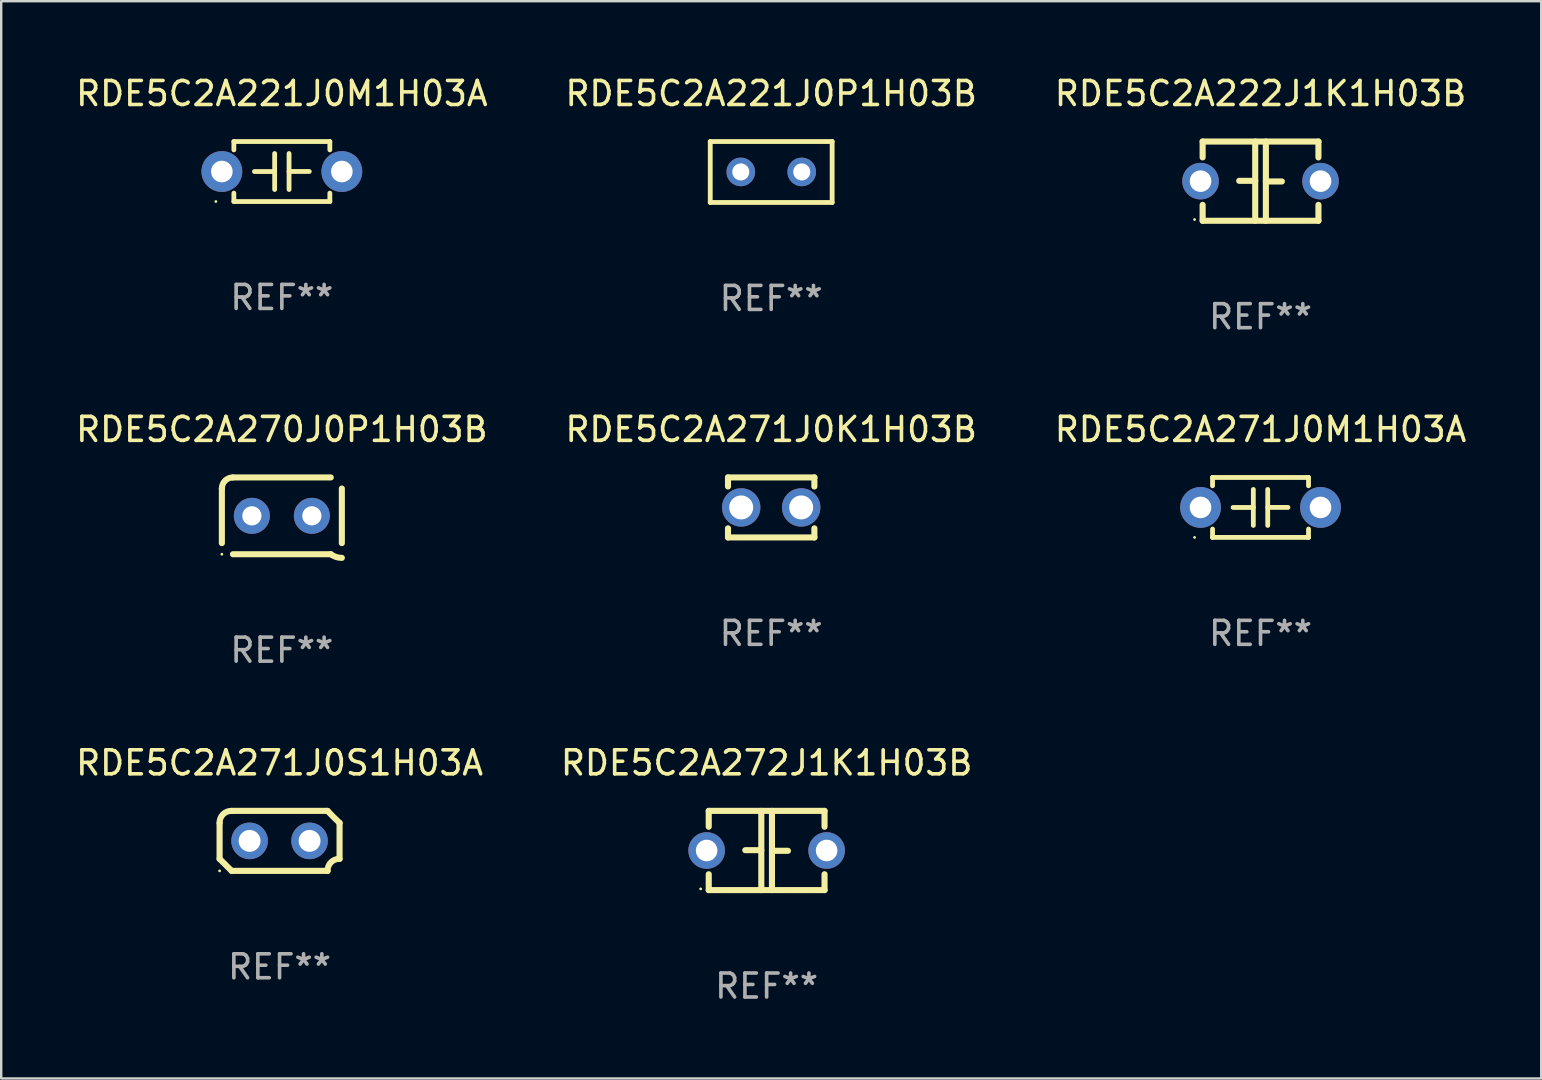
<source format=kicad_pcb>
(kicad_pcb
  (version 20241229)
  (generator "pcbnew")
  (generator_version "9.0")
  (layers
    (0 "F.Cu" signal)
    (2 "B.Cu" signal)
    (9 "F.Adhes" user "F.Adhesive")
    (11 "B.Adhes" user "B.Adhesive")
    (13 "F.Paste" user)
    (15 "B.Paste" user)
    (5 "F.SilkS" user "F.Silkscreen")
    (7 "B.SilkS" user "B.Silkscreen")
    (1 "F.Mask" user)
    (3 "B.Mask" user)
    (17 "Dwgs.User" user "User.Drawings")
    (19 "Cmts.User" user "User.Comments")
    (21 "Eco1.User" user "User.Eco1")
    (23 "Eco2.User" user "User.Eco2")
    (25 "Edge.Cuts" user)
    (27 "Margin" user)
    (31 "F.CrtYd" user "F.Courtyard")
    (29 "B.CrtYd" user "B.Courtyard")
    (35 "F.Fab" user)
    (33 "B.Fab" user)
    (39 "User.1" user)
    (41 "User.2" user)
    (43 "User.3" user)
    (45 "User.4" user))
  (footprint "RDE5C2A271J0S1H03A"
    (layer "F.Cu")
    (at 8.601 31.993)
    (property "Reference" "RDE5C2A271J0S1H03A" (at 0 -3.25 0) (layer "F.SilkS") (effects (font (size 1 1) (thickness 0.15))))
    (attr through_hole)
    (fp_line (start -2.5 -0.75) (end -2.5 0.75) (stroke (width 0.254) (type solid)) (layer "F.SilkS"))
    (fp_line (start -2 -1.25) (end 2 -1.25) (stroke (width 0.254) (type solid)) (layer "F.SilkS"))
    (fp_line (start 2 1.25) (end -2 1.25) (stroke (width 0.254) (type solid)) (layer "F.SilkS"))
    (fp_line (start 2.5 0.75) (end 2.5 -0.75) (stroke (width 0.254) (type solid)) (layer "F.SilkS"))
    (fp_arc (start -2.5 0.749962) (mid -2.249559 0.999558) (end -1.99929 1.249325) (stroke (width 0.254001) (type solid)) (layer "F.SilkS"))
    (fp_arc (start -2.499366 -0.749302) (mid -2.356411 -1.106098) (end -2 -1.250013) (stroke (width 0.254001) (type solid)) (layer "F.SilkS"))
    (fp_arc (start 2 1.250013) (mid 2.142747 0.89301) (end 2.499364 0.749302) (stroke (width 0.254001) (type solid)) (layer "F.SilkS"))
    (fp_arc (start 2.5 -0.749962) (mid 2.245609 -0.995598) (end 1.999289 -1.249327) (stroke (width 0.254001) (type solid)) (layer "F.SilkS"))
    (fp_circle (center -2.5 1.25) (end -2.47 1.25) (stroke (width 0.06) (type solid)) (fill no) (layer "F.SilkS"))
    (fp_text user "REF**" (at 0 5.25 0) (layer "F.Fab") (effects (font (size 1 1) (thickness 0.15))))
    (pad "1" thru_hole circle (at -1.25 0) (size 1.524 1.524) (drill 0.914) (layers "*.Cu" "*.Mask"))
    (pad "2" thru_hole circle (at 1.25 0) (size 1.524 1.524) (drill 0.914) (layers "*.Cu" "*.Mask")))
  (footprint "RDE5C2A222J1K1H03B"
    (layer "F.Cu")
    (at 49.482 4.499)
    (property "Reference" "RDE5C2A222J1K1H03B" (at 0 -3.651 0) (layer "F.SilkS") (effects (font (size 1 1) (thickness 0.15))))
    (attr through_hole)
    (fp_line (start -2.413 -1.651) (end 2.413 -1.651) (stroke (width 0.254) (type solid)) (layer "F.SilkS"))
    (fp_line (start -2.413 -0.989) (end -2.413 -1.651) (stroke (width 0.254) (type solid)) (layer "F.SilkS"))
    (fp_line (start -2.413 1.651) (end -2.413 0.989) (stroke (width 0.254) (type solid)) (layer "F.SilkS"))
    (fp_line (start -0.222 -0.013) (end -0.889 -0.013) (stroke (width 0.254) (type solid)) (layer "F.SilkS"))
    (fp_line (start -0.222 1.651) (end -0.222 -1.651) (stroke (width 0.254) (type solid)) (layer "F.SilkS"))
    (fp_line (start 0.222 -1.651) (end 0.222 1.651) (stroke (width 0.254) (type solid)) (layer "F.SilkS"))
    (fp_line (start 0.222 0.013) (end 0.889 0.013) (stroke (width 0.254) (type solid)) (layer "F.SilkS"))
    (fp_line (start 2.413 -1.651) (end 2.413 -0.989) (stroke (width 0.254) (type solid)) (layer "F.SilkS"))
    (fp_line (start 2.413 0.989) (end 2.413 1.651) (stroke (width 0.254) (type solid)) (layer "F.SilkS"))
    (fp_line (start 2.413 1.651) (end -2.413 1.651) (stroke (width 0.254) (type solid)) (layer "F.SilkS"))
    (fp_circle (center -2.75 1.6) (end -2.72 1.6) (stroke (width 0.06) (type solid)) (fill no) (layer "F.SilkS"))
    (fp_text user "REF**" (at 0 5.651 0) (layer "F.Fab") (effects (font (size 1 1) (thickness 0.15))))
    (pad "1" thru_hole circle (at -2.5 0) (size 1.524 1.524) (drill 0.9) (layers "*.Cu" "*.Mask"))
    (pad "2" thru_hole circle (at 2.5 0) (size 1.524 1.524) (drill 0.9) (layers "*.Cu" "*.Mask")))
  (footprint "RDE5C2A272J1K1H03B"
    (layer "F.Cu")
    (at 28.899 32.394)
    (property "Reference" "RDE5C2A272J1K1H03B" (at 0 -3.651 0) (layer "F.SilkS") (effects (font (size 1 1) (thickness 0.15))))
    (attr through_hole)
    (fp_line (start -2.413 -1.651) (end 2.413 -1.651) (stroke (width 0.254) (type solid)) (layer "F.SilkS"))
    (fp_line (start -2.413 -0.989) (end -2.413 -1.651) (stroke (width 0.254) (type solid)) (layer "F.SilkS"))
    (fp_line (start -2.413 1.651) (end -2.413 0.989) (stroke (width 0.254) (type solid)) (layer "F.SilkS"))
    (fp_line (start -0.222 -0.013) (end -0.889 -0.013) (stroke (width 0.254) (type solid)) (layer "F.SilkS"))
    (fp_line (start -0.222 1.651) (end -0.222 -1.651) (stroke (width 0.254) (type solid)) (layer "F.SilkS"))
    (fp_line (start 0.222 -1.651) (end 0.222 1.651) (stroke (width 0.254) (type solid)) (layer "F.SilkS"))
    (fp_line (start 0.222 0.013) (end 0.889 0.013) (stroke (width 0.254) (type solid)) (layer "F.SilkS"))
    (fp_line (start 2.413 -1.651) (end 2.413 -0.989) (stroke (width 0.254) (type solid)) (layer "F.SilkS"))
    (fp_line (start 2.413 0.989) (end 2.413 1.651) (stroke (width 0.254) (type solid)) (layer "F.SilkS"))
    (fp_line (start 2.413 1.651) (end -2.413 1.651) (stroke (width 0.254) (type solid)) (layer "F.SilkS"))
    (fp_circle (center -2.75 1.6) (end -2.72 1.6) (stroke (width 0.06) (type solid)) (fill no) (layer "F.SilkS"))
    (fp_text user "REF**" (at 0 5.651 0) (layer "F.Fab") (effects (font (size 1 1) (thickness 0.15))))
    (pad "1" thru_hole circle (at -2.5 0) (size 1.524 1.524) (drill 0.9) (layers "*.Cu" "*.Mask"))
    (pad "2" thru_hole circle (at 2.5 0) (size 1.524 1.524) (drill 0.9) (layers "*.Cu" "*.Mask")))
  (footprint "RDE5C2A221J0M1H03A"
    (layer "F.Cu")
    (at 8.696 4.098)
    (property "Reference" "RDE5C2A221J0M1H03A" (at 0 -3.25 0) (layer "F.SilkS") (effects (font (size 1 1) (thickness 0.15))))
    (attr through_hole)
    (fp_line (start -2 -1.25) (end -2 -0.901) (stroke (width 0.2) (type solid)) (layer "F.SilkS"))
    (fp_line (start -2 -1.25) (end 2 -1.25) (stroke (width 0.2) (type solid)) (layer "F.SilkS"))
    (fp_line (start -2 0.901) (end -2 1.25) (stroke (width 0.2) (type solid)) (layer "F.SilkS"))
    (fp_line (start -0.3 -0.75) (end -0.3 0.75) (stroke (width 0.2) (type solid)) (layer "F.SilkS"))
    (fp_line (start -0.3 0.001) (end -1.143 0.001) (stroke (width 0.2) (type solid)) (layer "F.SilkS"))
    (fp_line (start 0.3 -0.001) (end 1.143 -0.001) (stroke (width 0.2) (type solid)) (layer "F.SilkS"))
    (fp_line (start 0.3 0.75) (end 0.3 -0.75) (stroke (width 0.2) (type solid)) (layer "F.SilkS"))
    (fp_line (start 2 -1.25) (end 2 -0.901) (stroke (width 0.2) (type solid)) (layer "F.SilkS"))
    (fp_line (start 2 0.901) (end 2 1.25) (stroke (width 0.2) (type solid)) (layer "F.SilkS"))
    (fp_line (start 2 1.25) (end -2 1.25) (stroke (width 0.2) (type solid)) (layer "F.SilkS"))
    (fp_circle (center -2.75 1.25) (end -2.72 1.25) (stroke (width 0.06) (type solid)) (fill no) (layer "F.SilkS"))
    (fp_text user "REF**" (at 0 5.25 0) (layer "F.Fab") (effects (font (size 1 1) (thickness 0.15))))
    (pad "1" thru_hole circle (at -2.5 0) (size 1.7 1.7) (drill 0.9) (layers "*.Cu" "*.Mask"))
    (pad "2" thru_hole circle (at 2.5 0) (size 1.7 1.7) (drill 0.9) (layers "*.Cu" "*.Mask")))
  (footprint "RDE5C2A271J0K1H03B"
    (layer "F.Cu")
    (at 29.089 18.097)
    (property "Reference" "RDE5C2A271J0K1H03B" (at 0 -3.25 0) (layer "F.SilkS") (effects (font (size 1 1) (thickness 0.15))))
    (attr through_hole)
    (fp_line (start -1.8 -1.25) (end -1.8 -0.872) (stroke (width 0.254) (type solid)) (layer "F.SilkS"))
    (fp_line (start -1.8 -1.25) (end 1.8 -1.25) (stroke (width 0.254) (type solid)) (layer "F.SilkS"))
    (fp_line (start -1.8 0.872) (end -1.8 1.25) (stroke (width 0.254) (type solid)) (layer "F.SilkS"))
    (fp_line (start -1.8 1.25) (end 1.8 1.25) (stroke (width 0.254) (type solid)) (layer "F.SilkS"))
    (fp_line (start 1.8 -1.25) (end 1.8 -0.872) (stroke (width 0.254) (type solid)) (layer "F.SilkS"))
    (fp_line (start 1.8 0.872) (end 1.8 1.25) (stroke (width 0.254) (type solid)) (layer "F.SilkS"))
    (fp_circle (center -1.8 1.25) (end -1.77 1.25) (stroke (width 0.06) (type solid)) (fill no) (layer "F.SilkS"))
    (fp_text user "REF**" (at 0 5.25 0) (layer "F.Fab") (effects (font (size 1 1) (thickness 0.15))))
    (pad "1" thru_hole circle (at -1.25 0) (size 1.6 1.6) (drill 1) (layers "*.Cu" "*.Mask"))
    (pad "2" thru_hole circle (at 1.25 0) (size 1.6 1.6) (drill 1) (layers "*.Cu" "*.Mask")))
  (footprint "RDE5C2A221J0P1H03B"
    (layer "F.Cu")
    (at 29.089 4.118)
    (property "Reference" "RDE5C2A221J0P1H03B" (at 0 -3.27 0) (layer "F.SilkS") (effects (font (size 1 1) (thickness 0.15))))
    (attr through_hole)
    (fp_line (start -2.54 -1.27) (end -2.54 1.27) (stroke (width 0.201) (type solid)) (layer "F.SilkS"))
    (fp_line (start -2.54 1.27) (end 2.54 1.27) (stroke (width 0.201) (type solid)) (layer "F.SilkS"))
    (fp_line (start 2.54 -1.27) (end -2.54 -1.27) (stroke (width 0.201) (type solid)) (layer "F.SilkS"))
    (fp_line (start 2.54 1.27) (end 2.54 -1.27) (stroke (width 0.201) (type solid)) (layer "F.SilkS"))
    (fp_circle (center -2.497 1.247) (end -2.467 1.247) (stroke (width 0.06) (type solid)) (fill no) (layer "F.SilkS"))
    (fp_text user "REF**" (at 0 5.27 0) (layer "F.Fab") (effects (font (size 1 1) (thickness 0.15))))
    (pad "1" thru_hole circle (at -1.267 -0.003) (size 1.194 1.194) (drill 0.711) (layers "*.Cu" "*.Mask"))
    (pad "2" thru_hole circle (at 1.273 -0.003) (size 1.194 1.194) (drill 0.711) (layers "*.Cu" "*.Mask")))
  (footprint "RDE5C2A271J0M1H03A"
    (layer "F.Cu")
    (at 49.482 18.097)
    (property "Reference" "RDE5C2A271J0M1H03A" (at 0 -3.25 0) (layer "F.SilkS") (effects (font (size 1 1) (thickness 0.15))))
    (attr through_hole)
    (fp_line (start -2 -1.25) (end -2 -0.901) (stroke (width 0.2) (type solid)) (layer "F.SilkS"))
    (fp_line (start -2 -1.25) (end 2 -1.25) (stroke (width 0.2) (type solid)) (layer "F.SilkS"))
    (fp_line (start -2 0.901) (end -2 1.25) (stroke (width 0.2) (type solid)) (layer "F.SilkS"))
    (fp_line (start -0.3 -0.75) (end -0.3 0.75) (stroke (width 0.2) (type solid)) (layer "F.SilkS"))
    (fp_line (start -0.3 0.001) (end -1.143 0.001) (stroke (width 0.2) (type solid)) (layer "F.SilkS"))
    (fp_line (start 0.3 -0.001) (end 1.143 -0.001) (stroke (width 0.2) (type solid)) (layer "F.SilkS"))
    (fp_line (start 0.3 0.75) (end 0.3 -0.75) (stroke (width 0.2) (type solid)) (layer "F.SilkS"))
    (fp_line (start 2 -1.25) (end 2 -0.901) (stroke (width 0.2) (type solid)) (layer "F.SilkS"))
    (fp_line (start 2 0.901) (end 2 1.25) (stroke (width 0.2) (type solid)) (layer "F.SilkS"))
    (fp_line (start 2 1.25) (end -2 1.25) (stroke (width 0.2) (type solid)) (layer "F.SilkS"))
    (fp_circle (center -2.75 1.25) (end -2.72 1.25) (stroke (width 0.06) (type solid)) (fill no) (layer "F.SilkS"))
    (fp_text user "REF**" (at 0 5.25 0) (layer "F.Fab") (effects (font (size 1 1) (thickness 0.15))))
    (pad "1" thru_hole circle (at -2.5 0) (size 1.7 1.7) (drill 0.9) (layers "*.Cu" "*.Mask"))
    (pad "2" thru_hole circle (at 2.5 0) (size 1.7 1.7) (drill 0.9) (layers "*.Cu" "*.Mask")))
  (footprint "RDE5C2A270J0P1H03B"
    (layer "F.Cu")
    (at 8.696 18.447)
    (property "Reference" "RDE5C2A270J0P1H03B" (at 0 -3.6 0) (layer "F.SilkS") (effects (font (size 1 1) (thickness 0.15))))
    (attr through_hole)
    (fp_line (start -2.5 1.138) (end -2.5 -1.138) (stroke (width 0.254) (type solid)) (layer "F.SilkS"))
    (fp_line (start -2.038 1.6) (end 2.038 1.6) (stroke (width 0.254) (type solid)) (layer "F.SilkS"))
    (fp_line (start 2.038 -1.6) (end -2.038 -1.6) (stroke (width 0.254) (type solid)) (layer "F.SilkS"))
    (fp_line (start 2.5 -1.138) (end 2.5 1.138) (stroke (width 0.254) (type solid)) (layer "F.SilkS"))
    (fp_arc (start -2.5 -1.137744) (mid -2.364601 -1.464626) (end -2.037719 -1.600025) (stroke (width 0.254001) (type solid)) (layer "F.SilkS"))
    (fp_arc (start -2.5 1.137719) (mid 2.500022 -1.137741) (end -2.5 1.137719) (stroke (width 0.254001) (type solid)) (layer "F.SilkS"))
    (fp_arc (start 2.5 1.751767) (mid 2.256726 1.712861) (end 2.037719 1.600025) (stroke (width 0.254001) (type solid)) (layer "F.SilkS"))
    (fp_circle (center -2.5 1.6) (end -2.47 1.6) (stroke (width 0.06) (type solid)) (fill no) (layer "F.SilkS"))
    (fp_text user "REF**" (at 0 5.6 0) (layer "F.Fab") (effects (font (size 1 1) (thickness 0.15))))
    (pad "1" thru_hole circle (at -1.25 -0.000076) (size 1.5 1.5) (drill 0.8) (layers "*.Cu" "*.Mask"))
    (pad "2" thru_hole circle (at 1.25 -0.000076) (size 1.5 1.5) (drill 0.8) (layers "*.Cu" "*.Mask")))
  (gr_rect
    (start -3 -3)
    (end 61.179 41.894)
    (stroke (width 0.1) (type default))
    (fill no)
    (layer "Edge.Cuts")))
</source>
